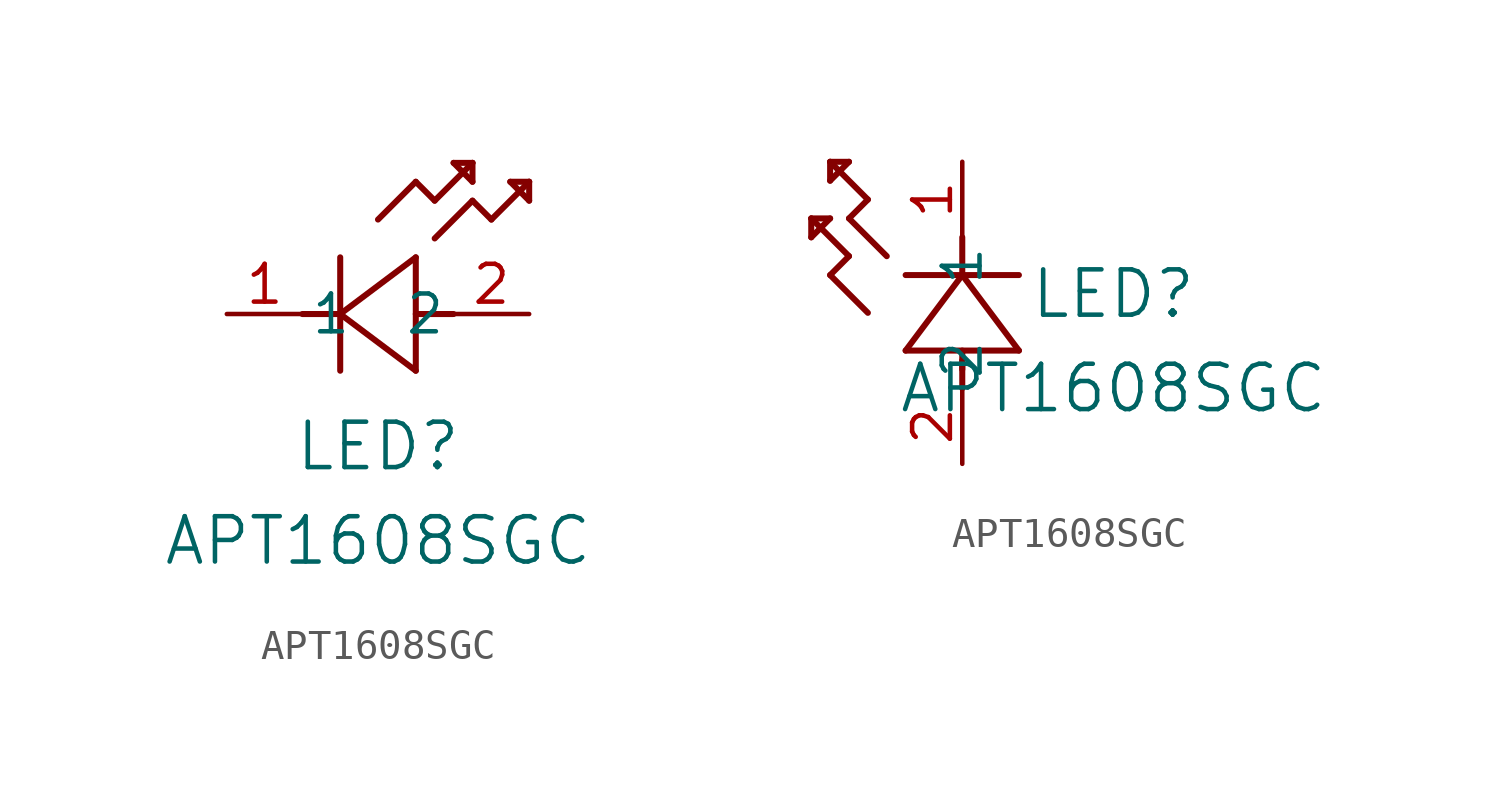
<source format=kicad_sym>
(kicad_symbol_lib
  (version 20211014)
  (generator kicad_symbol_editor)
  (symbol "APT1608SGC"
    (pin_names
      (offset 0.254))
    (property "Reference" "LED"
      (at 5.08 -4.445 0)
      (effects (font (size 1.524 1.524))))
    (property "Value" "APT1608SGC"
      (at 5.08 -7.62 0)
      (effects (font (size 1.524 1.524))))
    (symbol "APT1608SGC_1_1"
      (polyline (pts (xy 7.62 0) (xy 6.35 0)) (stroke (width 0.203) (type default) (color 0 0 0 0)) (fill (type none)))
      (polyline (pts (xy 6.35 -1.905) (xy 6.35 1.905)) (stroke (width 0.203) (type default) (color 0 0 0 0)) (fill (type none)))
      (polyline (pts (xy 3.81 1.905) (xy 3.81 -1.905)) (stroke (width 0.203) (type default) (color 0 0 0 0)) (fill (type none)))
      (polyline (pts (xy 3.81 0) (xy 2.54 0)) (stroke (width 0.203) (type default) (color 0 0 0 0)) (fill (type none)))
      (polyline (pts (xy 6.35 4.445) (xy 6.985 3.81)) (stroke (width 0.203) (type default) (color 0 0 0 0)) (fill (type none)))
      (polyline (pts (xy 6.985 3.81) (xy 8.255 5.08)) (stroke (width 0.203) (type default) (color 0 0 0 0)) (fill (type none)))
      (polyline (pts (xy 8.255 3.81) (xy 8.89 3.175)) (stroke (width 0.203) (type default) (color 0 0 0 0)) (fill (type none)))
      (polyline (pts (xy 8.89 3.175) (xy 10.16 4.445)) (stroke (width 0.203) (type default) (color 0 0 0 0)) (fill (type none)))
      (polyline (pts (xy 8.255 5.08) (xy 7.62 5.08)) (stroke (width 0.203) (type default) (color 0 0 0 0)) (fill (type none)))
      (polyline (pts (xy 7.62 5.08) (xy 8.255 4.445)) (stroke (width 0.203) (type default) (color 0 0 0 0)) (fill (type none)))
      (polyline (pts (xy 8.255 4.445) (xy 8.255 5.08)) (stroke (width 0.203) (type default) (color 0 0 0 0)) (fill (type none)))
      (polyline (pts (xy 10.16 4.445) (xy 9.525 4.445)) (stroke (width 0.203) (type default) (color 0 0 0 0)) (fill (type none)))
      (polyline (pts (xy 9.525 4.445) (xy 10.16 3.81)) (stroke (width 0.203) (type default) (color 0 0 0 0)) (fill (type none)))
      (polyline (pts (xy 10.16 3.81) (xy 10.16 4.445)) (stroke (width 0.203) (type default) (color 0 0 0 0)) (fill (type none)))
      (polyline (pts (xy 6.985 2.54) (xy 8.255 3.81)) (stroke (width 0.203) (type default) (color 0 0 0 0)) (fill (type none)))
      (polyline (pts (xy 3.81 0) (xy 6.35 -1.905)) (stroke (width 0.203) (type default) (color 0 0 0 0)) (fill (type none)))
      (polyline (pts (xy 6.35 1.905) (xy 3.81 0)) (stroke (width 0.203) (type default) (color 0 0 0 0)) (fill (type none)))
      (polyline (pts (xy 5.08 3.175) (xy 6.35 4.445)) (stroke (width 0.203) (type default) (color 0 0 0 0)) (fill (type none)))
      (pin unspecified line (at 0 0 0) (length 2.54) (name "1" (effects (font (size 1.27 1.27)))) (number "1" (effects (font (size 1.27 1.27)))))
      (pin unspecified line (at 10.16 0 180) (length 2.54) (name "2" (effects (font (size 1.27 1.27)))) (number "2" (effects (font (size 1.27 1.27))))))
    (symbol "APT1608SGC_1_2"
      (polyline (pts (xy 0 -7.62) (xy 0 -6.68)) (stroke (width 0.203) (type default) (color 0 0 0 0)) (fill (type none)))
      (polyline (pts (xy -1.905 -6.35) (xy 1.905 -6.35)) (stroke (width 0.203) (type default) (color 0 0 0 0)) (fill (type none)))
      (polyline (pts (xy 0 -6.985) (xy 0 -6.35)) (stroke (width 0.203) (type default) (color 0 0 0 0)) (fill (type none)))
      (polyline (pts (xy 1.905 -3.81) (xy -1.905 -3.81)) (stroke (width 0.203) (type default) (color 0 0 0 0)) (fill (type none)))
      (polyline (pts (xy 0 -3.81) (xy 0 -2.54)) (stroke (width 0.203) (type default) (color 0 0 0 0)) (fill (type none)))
      (polyline (pts (xy 0 -3.81) (xy -1.905 -6.35)) (stroke (width 0.203) (type default) (color 0 0 0 0)) (fill (type none)))
      (polyline (pts (xy 1.905 -6.35) (xy 0 -3.81)) (stroke (width 0.203) (type default) (color 0 0 0 0)) (fill (type none)))
      (polyline (pts (xy -4.445 -3.81) (xy -3.81 -3.175)) (stroke (width 0.203) (type default) (color 0 0 0 0)) (fill (type none)))
      (polyline (pts (xy -2.54 -3.175) (xy -3.81 -1.905)) (stroke (width 0.203) (type default) (color 0 0 0 0)) (fill (type none)))
      (polyline (pts (xy -3.175 -5.08) (xy -4.445 -3.81)) (stroke (width 0.203) (type default) (color 0 0 0 0)) (fill (type none)))
      (polyline (pts (xy -4.445 0) (xy -4.445 -0.635)) (stroke (width 0.203) (type default) (color 0 0 0 0)) (fill (type none)))
      (polyline (pts (xy -4.445 -0.635) (xy -3.81 0)) (stroke (width 0.203) (type default) (color 0 0 0 0)) (fill (type none)))
      (polyline (pts (xy -3.81 0) (xy -4.445 0)) (stroke (width 0.203) (type default) (color 0 0 0 0)) (fill (type none)))
      (polyline (pts (xy -3.81 -1.905) (xy -3.175 -1.27)) (stroke (width 0.203) (type default) (color 0 0 0 0)) (fill (type none)))
      (polyline (pts (xy -3.175 -1.27) (xy -4.445 0)) (stroke (width 0.203) (type default) (color 0 0 0 0)) (fill (type none)))
      (polyline (pts (xy -3.81 -3.175) (xy -5.08 -1.905)) (stroke (width 0.203) (type default) (color 0 0 0 0)) (fill (type none)))
      (polyline (pts (xy -5.08 -1.905) (xy -5.08 -2.54)) (stroke (width 0.203) (type default) (color 0 0 0 0)) (fill (type none)))
      (polyline (pts (xy -5.08 -2.54) (xy -4.445 -1.905)) (stroke (width 0.203) (type default) (color 0 0 0 0)) (fill (type none)))
      (polyline (pts (xy -4.445 -1.905) (xy -5.08 -1.905)) (stroke (width 0.203) (type default) (color 0 0 0 0)) (fill (type none)))
      (pin unspecified line (at 0 0 270) (length 2.54) (name "1" (effects (font (size 1.27 1.27)))) (number "1" (effects (font (size 1.27 1.27)))))
      (pin unspecified line (at 0 -10.16 90) (length 2.54) (name "2" (effects (font (size 1.27 1.27)))) (number "2" (effects (font (size 1.27 1.27))))))))
</source>
